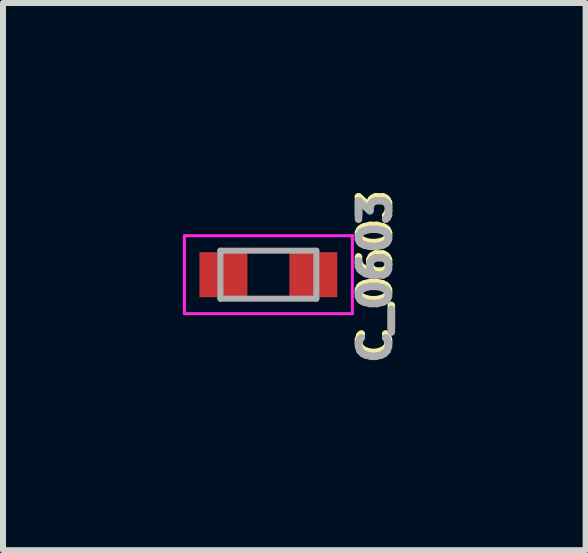
<source format=kicad_pcb>
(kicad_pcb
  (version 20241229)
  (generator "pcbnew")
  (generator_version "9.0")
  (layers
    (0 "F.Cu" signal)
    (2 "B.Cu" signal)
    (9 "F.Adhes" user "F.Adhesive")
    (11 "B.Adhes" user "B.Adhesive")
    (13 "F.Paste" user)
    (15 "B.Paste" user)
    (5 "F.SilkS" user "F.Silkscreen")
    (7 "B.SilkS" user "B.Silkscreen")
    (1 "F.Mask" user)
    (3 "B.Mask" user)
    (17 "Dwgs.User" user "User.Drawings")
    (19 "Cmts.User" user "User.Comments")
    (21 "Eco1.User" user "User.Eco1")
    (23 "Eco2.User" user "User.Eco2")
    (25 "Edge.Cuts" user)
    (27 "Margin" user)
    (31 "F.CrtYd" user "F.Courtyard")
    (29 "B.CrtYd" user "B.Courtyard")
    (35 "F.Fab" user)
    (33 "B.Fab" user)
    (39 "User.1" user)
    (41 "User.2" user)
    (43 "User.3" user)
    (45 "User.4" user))
  (footprint "C_0603"
    (layer "F.Cu")
    (at 1.425 1.53)
    (property "Reference" "C_0603" (at 1.778 0 270) (layer "F.SilkS") (effects (font (size 0.5 0.5) (thickness 0.125))))
    (attr smd)
    (fp_line (start -1.4 -0.65) (end -1.4 0.65) (stroke (width 0.05) (type solid)) (layer "F.CrtYd"))
    (fp_line (start -1.4 -0.65) (end 1.4 -0.65) (stroke (width 0.05) (type solid)) (layer "F.CrtYd"))
    (fp_line (start 1.4 0.65) (end -1.4 0.65) (stroke (width 0.05) (type solid)) (layer "F.CrtYd"))
    (fp_line (start 1.4 0.65) (end 1.4 -0.65) (stroke (width 0.05) (type solid)) (layer "F.CrtYd"))
    (fp_line (start -0.8 -0.4) (end 0.8 -0.4) (stroke (width 0.1) (type solid)) (layer "F.Fab"))
    (fp_line (start -0.8 0.4) (end -0.8 -0.4) (stroke (width 0.1) (type solid)) (layer "F.Fab"))
    (fp_line (start 0.8 -0.4) (end 0.8 0.4) (stroke (width 0.1) (type solid)) (layer "F.Fab"))
    (fp_line (start 0.8 0.4) (end -0.8 0.4) (stroke (width 0.1) (type solid)) (layer "F.Fab"))
    (fp_text user "${REFERENCE}" (at 1.778 0.064 270) (layer "F.Fab") (effects (font (size 0.5 0.5) (thickness 0.125))))
    (pad "1" smd rect (at -0.75 0) (size 0.8 0.75) (layers "F.Cu" "F.Mask" "F.Paste"))
    (pad "2" smd rect (at 0.75 0) (size 0.8 0.75) (layers "F.Cu" "F.Mask" "F.Paste")))
  (gr_rect
    (start -3 -3)
    (end 6.715 6.124)
    (stroke (width 0.1) (type default))
    (fill no)
    (layer "Edge.Cuts")))
</source>
